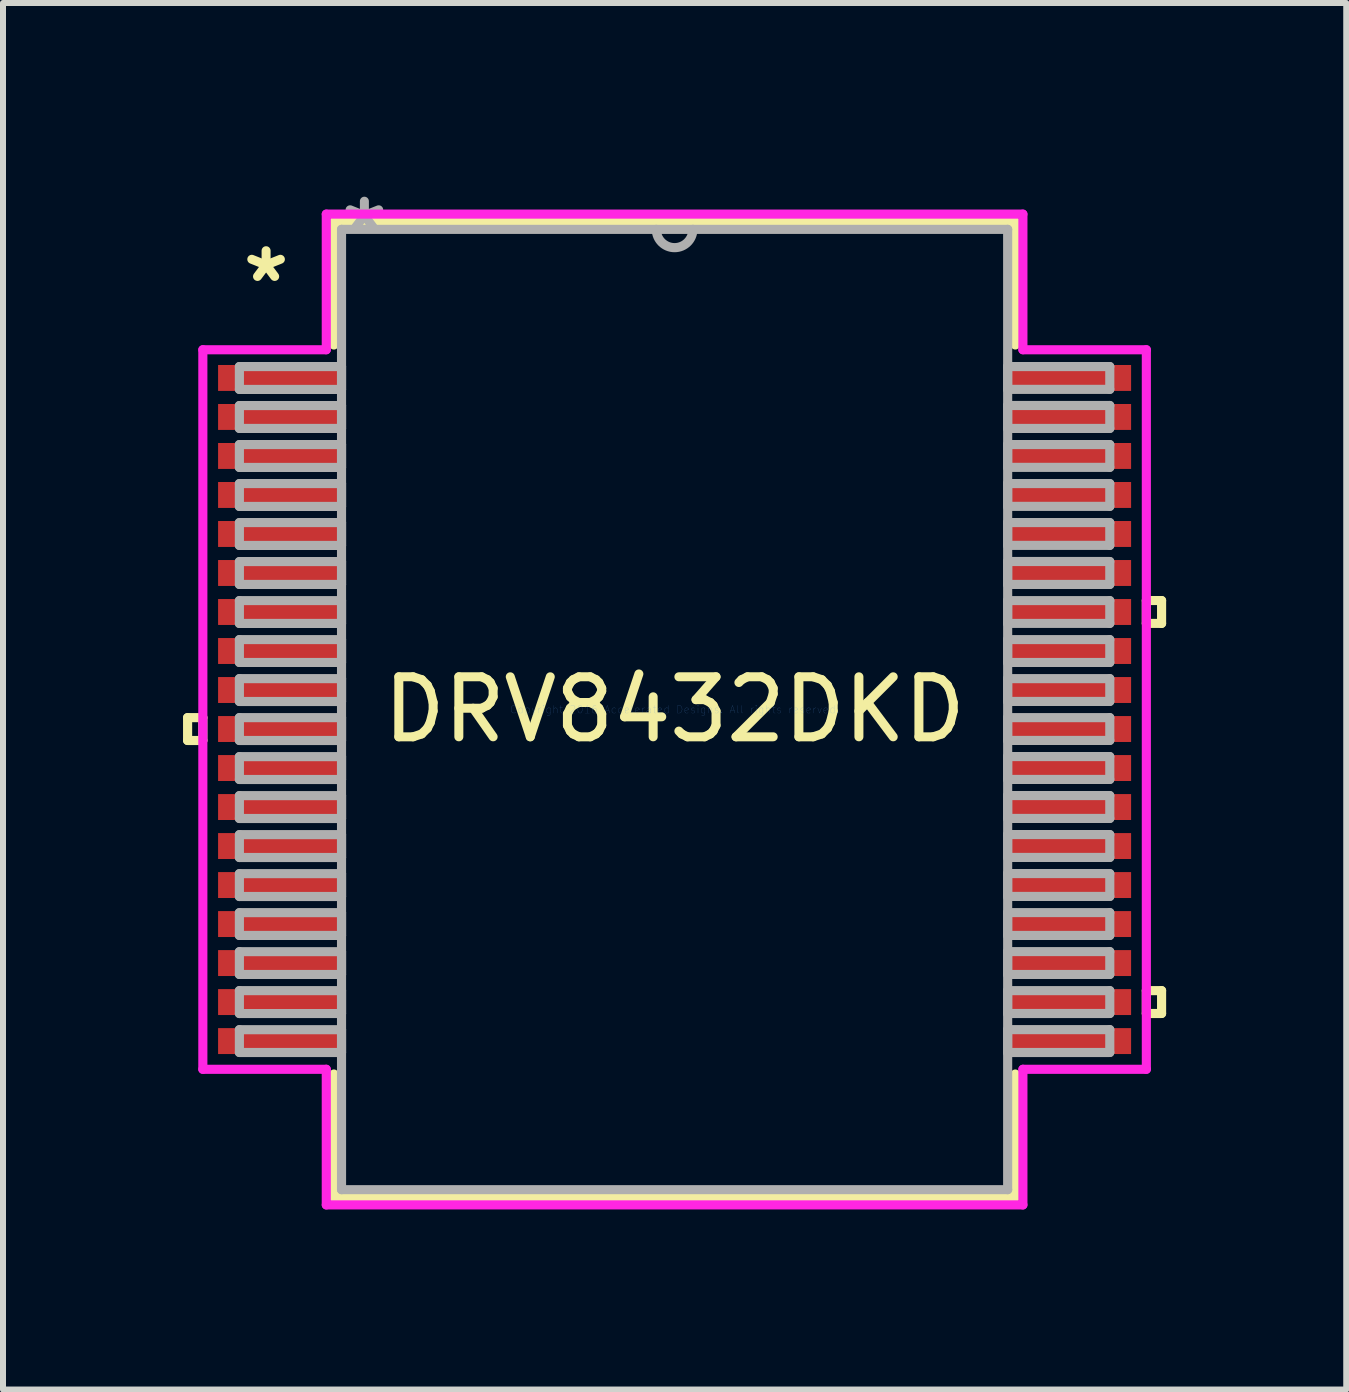
<source format=kicad_pcb>
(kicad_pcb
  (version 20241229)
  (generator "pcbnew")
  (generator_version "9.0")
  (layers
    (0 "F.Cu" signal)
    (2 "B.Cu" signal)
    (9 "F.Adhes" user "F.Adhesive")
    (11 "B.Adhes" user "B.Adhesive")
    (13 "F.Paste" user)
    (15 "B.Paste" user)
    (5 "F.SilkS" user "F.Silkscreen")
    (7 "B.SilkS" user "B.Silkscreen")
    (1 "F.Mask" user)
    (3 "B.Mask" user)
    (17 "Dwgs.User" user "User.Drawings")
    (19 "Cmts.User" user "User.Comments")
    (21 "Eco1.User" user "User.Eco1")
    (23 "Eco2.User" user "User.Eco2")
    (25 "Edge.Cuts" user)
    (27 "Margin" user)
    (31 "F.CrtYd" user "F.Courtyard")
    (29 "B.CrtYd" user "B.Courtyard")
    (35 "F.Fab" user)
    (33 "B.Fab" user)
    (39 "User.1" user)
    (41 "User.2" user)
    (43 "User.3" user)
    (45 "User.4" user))
  (footprint "DRV8432DKD"
    (layer "F.Cu")
    (at 8.191 8.773)
    (property "Reference" "DRV8432DKD" (at 0 0 0) (layer "F.SilkS") (effects (font (size 1 1) (thickness 0.15))))
    (attr through_hole)
    (fp_line (start -8.115 0.135) (end -8.115 0.516) (stroke (width 0.152) (type solid)) (layer "F.SilkS"))
    (fp_line (start -8.115 0.516) (end -7.861 0.516) (stroke (width 0.152) (type solid)) (layer "F.SilkS"))
    (fp_line (start -7.861 0.135) (end -8.115 0.135) (stroke (width 0.152) (type solid)) (layer "F.SilkS"))
    (fp_line (start -7.861 0.516) (end -7.861 0.135) (stroke (width 0.152) (type solid)) (layer "F.SilkS"))
    (fp_line (start -5.677 -8.128) (end -5.677 -6.074) (stroke (width 0.152) (type solid)) (layer "F.SilkS"))
    (fp_line (start -5.677 6.074) (end -5.677 8.128) (stroke (width 0.152) (type solid)) (layer "F.SilkS"))
    (fp_line (start -5.677 8.128) (end 5.677 8.128) (stroke (width 0.152) (type solid)) (layer "F.SilkS"))
    (fp_line (start 5.677 -8.128) (end -5.677 -8.128) (stroke (width 0.152) (type solid)) (layer "F.SilkS"))
    (fp_line (start 5.677 -6.074) (end 5.677 -8.128) (stroke (width 0.152) (type solid)) (layer "F.SilkS"))
    (fp_line (start 5.677 8.128) (end 5.677 6.074) (stroke (width 0.152) (type solid)) (layer "F.SilkS"))
    (fp_line (start 7.861 -1.816) (end 8.115 -1.816) (stroke (width 0.152) (type solid)) (layer "F.SilkS"))
    (fp_line (start 7.861 -1.435) (end 7.861 -1.816) (stroke (width 0.152) (type solid)) (layer "F.SilkS"))
    (fp_line (start 7.861 4.684) (end 8.115 4.684) (stroke (width 0.152) (type solid)) (layer "F.SilkS"))
    (fp_line (start 7.861 5.065) (end 7.861 4.684) (stroke (width 0.152) (type solid)) (layer "F.SilkS"))
    (fp_line (start 8.115 -1.816) (end 8.115 -1.435) (stroke (width 0.152) (type solid)) (layer "F.SilkS"))
    (fp_line (start 8.115 -1.435) (end 7.861 -1.435) (stroke (width 0.152) (type solid)) (layer "F.SilkS"))
    (fp_line (start 8.115 4.684) (end 8.115 5.065) (stroke (width 0.152) (type solid)) (layer "F.SilkS"))
    (fp_line (start 8.115 5.065) (end 7.861 5.065) (stroke (width 0.152) (type solid)) (layer "F.SilkS"))
    (fp_line (start -7.861 -5.995) (end -5.804 -5.995) (stroke (width 0.152) (type solid)) (layer "F.CrtYd"))
    (fp_line (start -7.861 5.995) (end -7.861 -5.995) (stroke (width 0.152) (type solid)) (layer "F.CrtYd"))
    (fp_line (start -5.804 -8.255) (end 5.804 -8.255) (stroke (width 0.152) (type solid)) (layer "F.CrtYd"))
    (fp_line (start -5.804 -5.995) (end -5.804 -8.255) (stroke (width 0.152) (type solid)) (layer "F.CrtYd"))
    (fp_line (start -5.804 5.995) (end -7.861 5.995) (stroke (width 0.152) (type solid)) (layer "F.CrtYd"))
    (fp_line (start -5.804 8.255) (end -5.804 5.995) (stroke (width 0.152) (type solid)) (layer "F.CrtYd"))
    (fp_line (start 5.804 -8.255) (end 5.804 -5.995) (stroke (width 0.152) (type solid)) (layer "F.CrtYd"))
    (fp_line (start 5.804 -5.995) (end 7.861 -5.995) (stroke (width 0.152) (type solid)) (layer "F.CrtYd"))
    (fp_line (start 5.804 5.995) (end 5.804 8.255) (stroke (width 0.152) (type solid)) (layer "F.CrtYd"))
    (fp_line (start 5.804 8.255) (end -5.804 8.255) (stroke (width 0.152) (type solid)) (layer "F.CrtYd"))
    (fp_line (start 7.861 -5.995) (end 7.861 5.995) (stroke (width 0.152) (type solid)) (layer "F.CrtYd"))
    (fp_line (start 7.861 5.995) (end 5.804 5.995) (stroke (width 0.152) (type solid)) (layer "F.CrtYd"))
    (fp_line (start -7.252 -5.715) (end -7.252 -5.334) (stroke (width 0.152) (type solid)) (layer "F.Fab"))
    (fp_line (start -7.252 -5.334) (end -5.55 -5.334) (stroke (width 0.152) (type solid)) (layer "F.Fab"))
    (fp_line (start -7.252 -5.065) (end -7.252 -4.684) (stroke (width 0.152) (type solid)) (layer "F.Fab"))
    (fp_line (start -7.252 -4.684) (end -5.55 -4.684) (stroke (width 0.152) (type solid)) (layer "F.Fab"))
    (fp_line (start -7.252 -4.415) (end -7.252 -4.034) (stroke (width 0.152) (type solid)) (layer "F.Fab"))
    (fp_line (start -7.252 -4.034) (end -5.55 -4.034) (stroke (width 0.152) (type solid)) (layer "F.Fab"))
    (fp_line (start -7.252 -3.765) (end -7.252 -3.384) (stroke (width 0.152) (type solid)) (layer "F.Fab"))
    (fp_line (start -7.252 -3.384) (end -5.55 -3.384) (stroke (width 0.152) (type solid)) (layer "F.Fab"))
    (fp_line (start -7.252 -3.115) (end -7.252 -2.734) (stroke (width 0.152) (type solid)) (layer "F.Fab"))
    (fp_line (start -7.252 -2.734) (end -5.55 -2.734) (stroke (width 0.152) (type solid)) (layer "F.Fab"))
    (fp_line (start -7.252 -2.465) (end -7.252 -2.084) (stroke (width 0.152) (type solid)) (layer "F.Fab"))
    (fp_line (start -7.252 -2.084) (end -5.55 -2.084) (stroke (width 0.152) (type solid)) (layer "F.Fab"))
    (fp_line (start -7.252 -1.815) (end -7.252 -1.434) (stroke (width 0.152) (type solid)) (layer "F.Fab"))
    (fp_line (start -7.252 -1.434) (end -5.55 -1.434) (stroke (width 0.152) (type solid)) (layer "F.Fab"))
    (fp_line (start -7.252 -1.165) (end -7.252 -0.784) (stroke (width 0.152) (type solid)) (layer "F.Fab"))
    (fp_line (start -7.252 -0.784) (end -5.55 -0.784) (stroke (width 0.152) (type solid)) (layer "F.Fab"))
    (fp_line (start -7.252 -0.515) (end -7.252 -0.134) (stroke (width 0.152) (type solid)) (layer "F.Fab"))
    (fp_line (start -7.252 -0.134) (end -5.55 -0.134) (stroke (width 0.152) (type solid)) (layer "F.Fab"))
    (fp_line (start -7.252 0.135) (end -7.252 0.516) (stroke (width 0.152) (type solid)) (layer "F.Fab"))
    (fp_line (start -7.252 0.516) (end -5.55 0.516) (stroke (width 0.152) (type solid)) (layer "F.Fab"))
    (fp_line (start -7.252 0.785) (end -7.252 1.166) (stroke (width 0.152) (type solid)) (layer "F.Fab"))
    (fp_line (start -7.252 1.166) (end -5.55 1.166) (stroke (width 0.152) (type solid)) (layer "F.Fab"))
    (fp_line (start -7.252 1.435) (end -7.252 1.816) (stroke (width 0.152) (type solid)) (layer "F.Fab"))
    (fp_line (start -7.252 1.816) (end -5.55 1.816) (stroke (width 0.152) (type solid)) (layer "F.Fab"))
    (fp_line (start -7.252 2.085) (end -7.252 2.466) (stroke (width 0.152) (type solid)) (layer "F.Fab"))
    (fp_line (start -7.252 2.466) (end -5.55 2.466) (stroke (width 0.152) (type solid)) (layer "F.Fab"))
    (fp_line (start -7.252 2.735) (end -7.252 3.116) (stroke (width 0.152) (type solid)) (layer "F.Fab"))
    (fp_line (start -7.252 3.116) (end -5.55 3.116) (stroke (width 0.152) (type solid)) (layer "F.Fab"))
    (fp_line (start -7.252 3.385) (end -7.252 3.765) (stroke (width 0.152) (type solid)) (layer "F.Fab"))
    (fp_line (start -7.252 3.765) (end -5.55 3.765) (stroke (width 0.152) (type solid)) (layer "F.Fab"))
    (fp_line (start -7.252 4.035) (end -7.252 4.415) (stroke (width 0.152) (type solid)) (layer "F.Fab"))
    (fp_line (start -7.252 4.415) (end -5.55 4.415) (stroke (width 0.152) (type solid)) (layer "F.Fab"))
    (fp_line (start -7.252 4.684) (end -7.252 5.066) (stroke (width 0.152) (type solid)) (layer "F.Fab"))
    (fp_line (start -7.252 5.066) (end -5.55 5.066) (stroke (width 0.152) (type solid)) (layer "F.Fab"))
    (fp_line (start -7.252 5.335) (end -7.252 5.715) (stroke (width 0.152) (type solid)) (layer "F.Fab"))
    (fp_line (start -7.252 5.715) (end -5.55 5.715) (stroke (width 0.152) (type solid)) (layer "F.Fab"))
    (fp_line (start -5.55 -8.001) (end -5.55 8.001) (stroke (width 0.152) (type solid)) (layer "F.Fab"))
    (fp_line (start -5.55 -5.715) (end -7.252 -5.715) (stroke (width 0.152) (type solid)) (layer "F.Fab"))
    (fp_line (start -5.55 -5.334) (end -5.55 -5.715) (stroke (width 0.152) (type solid)) (layer "F.Fab"))
    (fp_line (start -5.55 -5.065) (end -7.252 -5.065) (stroke (width 0.152) (type solid)) (layer "F.Fab"))
    (fp_line (start -5.55 -4.684) (end -5.55 -5.065) (stroke (width 0.152) (type solid)) (layer "F.Fab"))
    (fp_line (start -5.55 -4.415) (end -7.252 -4.415) (stroke (width 0.152) (type solid)) (layer "F.Fab"))
    (fp_line (start -5.55 -4.034) (end -5.55 -4.415) (stroke (width 0.152) (type solid)) (layer "F.Fab"))
    (fp_line (start -5.55 -3.765) (end -7.252 -3.765) (stroke (width 0.152) (type solid)) (layer "F.Fab"))
    (fp_line (start -5.55 -3.384) (end -5.55 -3.765) (stroke (width 0.152) (type solid)) (layer "F.Fab"))
    (fp_line (start -5.55 -3.115) (end -7.252 -3.115) (stroke (width 0.152) (type solid)) (layer "F.Fab"))
    (fp_line (start -5.55 -2.734) (end -5.55 -3.115) (stroke (width 0.152) (type solid)) (layer "F.Fab"))
    (fp_line (start -5.55 -2.465) (end -7.252 -2.465) (stroke (width 0.152) (type solid)) (layer "F.Fab"))
    (fp_line (start -5.55 -2.084) (end -5.55 -2.465) (stroke (width 0.152) (type solid)) (layer "F.Fab"))
    (fp_line (start -5.55 -1.815) (end -7.252 -1.815) (stroke (width 0.152) (type solid)) (layer "F.Fab"))
    (fp_line (start -5.55 -1.434) (end -5.55 -1.815) (stroke (width 0.152) (type solid)) (layer "F.Fab"))
    (fp_line (start -5.55 -1.165) (end -7.252 -1.165) (stroke (width 0.152) (type solid)) (layer "F.Fab"))
    (fp_line (start -5.55 -0.784) (end -5.55 -1.165) (stroke (width 0.152) (type solid)) (layer "F.Fab"))
    (fp_line (start -5.55 -0.515) (end -7.252 -0.515) (stroke (width 0.152) (type solid)) (layer "F.Fab"))
    (fp_line (start -5.55 -0.134) (end -5.55 -0.515) (stroke (width 0.152) (type solid)) (layer "F.Fab"))
    (fp_line (start -5.55 0.135) (end -7.252 0.135) (stroke (width 0.152) (type solid)) (layer "F.Fab"))
    (fp_line (start -5.55 0.516) (end -5.55 0.135) (stroke (width 0.152) (type solid)) (layer "F.Fab"))
    (fp_line (start -5.55 0.785) (end -7.252 0.785) (stroke (width 0.152) (type solid)) (layer "F.Fab"))
    (fp_line (start -5.55 1.166) (end -5.55 0.785) (stroke (width 0.152) (type solid)) (layer "F.Fab"))
    (fp_line (start -5.55 1.435) (end -7.252 1.435) (stroke (width 0.152) (type solid)) (layer "F.Fab"))
    (fp_line (start -5.55 1.816) (end -5.55 1.435) (stroke (width 0.152) (type solid)) (layer "F.Fab"))
    (fp_line (start -5.55 2.085) (end -7.252 2.085) (stroke (width 0.152) (type solid)) (layer "F.Fab"))
    (fp_line (start -5.55 2.466) (end -5.55 2.085) (stroke (width 0.152) (type solid)) (layer "F.Fab"))
    (fp_line (start -5.55 2.735) (end -7.252 2.735) (stroke (width 0.152) (type solid)) (layer "F.Fab"))
    (fp_line (start -5.55 3.116) (end -5.55 2.735) (stroke (width 0.152) (type solid)) (layer "F.Fab"))
    (fp_line (start -5.55 3.385) (end -7.252 3.385) (stroke (width 0.152) (type solid)) (layer "F.Fab"))
    (fp_line (start -5.55 3.765) (end -5.55 3.385) (stroke (width 0.152) (type solid)) (layer "F.Fab"))
    (fp_line (start -5.55 4.035) (end -7.252 4.035) (stroke (width 0.152) (type solid)) (layer "F.Fab"))
    (fp_line (start -5.55 4.415) (end -5.55 4.035) (stroke (width 0.152) (type solid)) (layer "F.Fab"))
    (fp_line (start -5.55 4.684) (end -7.252 4.684) (stroke (width 0.152) (type solid)) (layer "F.Fab"))
    (fp_line (start -5.55 5.066) (end -5.55 4.684) (stroke (width 0.152) (type solid)) (layer "F.Fab"))
    (fp_line (start -5.55 5.335) (end -7.252 5.335) (stroke (width 0.152) (type solid)) (layer "F.Fab"))
    (fp_line (start -5.55 5.715) (end -5.55 5.335) (stroke (width 0.152) (type solid)) (layer "F.Fab"))
    (fp_line (start -5.55 8.001) (end 5.55 8.001) (stroke (width 0.152) (type solid)) (layer "F.Fab"))
    (fp_line (start 5.55 -8.001) (end -5.55 -8.001) (stroke (width 0.152) (type solid)) (layer "F.Fab"))
    (fp_line (start 5.55 -5.715) (end 5.55 -5.335) (stroke (width 0.152) (type solid)) (layer "F.Fab"))
    (fp_line (start 5.55 -5.335) (end 7.252 -5.335) (stroke (width 0.152) (type solid)) (layer "F.Fab"))
    (fp_line (start 5.55 -5.066) (end 5.55 -4.684) (stroke (width 0.152) (type solid)) (layer "F.Fab"))
    (fp_line (start 5.55 -4.684) (end 7.252 -4.684) (stroke (width 0.152) (type solid)) (layer "F.Fab"))
    (fp_line (start 5.55 -4.415) (end 5.55 -4.035) (stroke (width 0.152) (type solid)) (layer "F.Fab"))
    (fp_line (start 5.55 -4.035) (end 7.252 -4.035) (stroke (width 0.152) (type solid)) (layer "F.Fab"))
    (fp_line (start 5.55 -3.765) (end 5.55 -3.385) (stroke (width 0.152) (type solid)) (layer "F.Fab"))
    (fp_line (start 5.55 -3.385) (end 7.252 -3.385) (stroke (width 0.152) (type solid)) (layer "F.Fab"))
    (fp_line (start 5.55 -3.115) (end 5.55 -2.735) (stroke (width 0.152) (type solid)) (layer "F.Fab"))
    (fp_line (start 5.55 -2.735) (end 7.252 -2.735) (stroke (width 0.152) (type solid)) (layer "F.Fab"))
    (fp_line (start 5.55 -2.466) (end 5.55 -2.084) (stroke (width 0.152) (type solid)) (layer "F.Fab"))
    (fp_line (start 5.55 -2.084) (end 7.252 -2.084) (stroke (width 0.152) (type solid)) (layer "F.Fab"))
    (fp_line (start 5.55 -1.815) (end 5.55 -1.435) (stroke (width 0.152) (type solid)) (layer "F.Fab"))
    (fp_line (start 5.55 -1.435) (end 7.252 -1.435) (stroke (width 0.152) (type solid)) (layer "F.Fab"))
    (fp_line (start 5.55 -1.165) (end 5.55 -0.784) (stroke (width 0.152) (type solid)) (layer "F.Fab"))
    (fp_line (start 5.55 -0.784) (end 7.252 -0.784) (stroke (width 0.152) (type solid)) (layer "F.Fab"))
    (fp_line (start 5.55 -0.515) (end 5.55 -0.135) (stroke (width 0.152) (type solid)) (layer "F.Fab"))
    (fp_line (start 5.55 -0.135) (end 7.252 -0.135) (stroke (width 0.152) (type solid)) (layer "F.Fab"))
    (fp_line (start 5.55 0.135) (end 5.55 0.515) (stroke (width 0.152) (type solid)) (layer "F.Fab"))
    (fp_line (start 5.55 0.515) (end 7.252 0.515) (stroke (width 0.152) (type solid)) (layer "F.Fab"))
    (fp_line (start 5.55 0.784) (end 5.55 1.165) (stroke (width 0.152) (type solid)) (layer "F.Fab"))
    (fp_line (start 5.55 1.165) (end 7.252 1.165) (stroke (width 0.152) (type solid)) (layer "F.Fab"))
    (fp_line (start 5.55 1.434) (end 5.55 1.815) (stroke (width 0.152) (type solid)) (layer "F.Fab"))
    (fp_line (start 5.55 1.815) (end 7.252 1.815) (stroke (width 0.152) (type solid)) (layer "F.Fab"))
    (fp_line (start 5.55 2.084) (end 5.55 2.465) (stroke (width 0.152) (type solid)) (layer "F.Fab"))
    (fp_line (start 5.55 2.465) (end 7.252 2.465) (stroke (width 0.152) (type solid)) (layer "F.Fab"))
    (fp_line (start 5.55 2.734) (end 5.55 3.115) (stroke (width 0.152) (type solid)) (layer "F.Fab"))
    (fp_line (start 5.55 3.115) (end 7.252 3.115) (stroke (width 0.152) (type solid)) (layer "F.Fab"))
    (fp_line (start 5.55 3.384) (end 5.55 3.765) (stroke (width 0.152) (type solid)) (layer "F.Fab"))
    (fp_line (start 5.55 3.765) (end 7.252 3.765) (stroke (width 0.152) (type solid)) (layer "F.Fab"))
    (fp_line (start 5.55 4.034) (end 5.55 4.415) (stroke (width 0.152) (type solid)) (layer "F.Fab"))
    (fp_line (start 5.55 4.415) (end 7.252 4.415) (stroke (width 0.152) (type solid)) (layer "F.Fab"))
    (fp_line (start 5.55 4.684) (end 5.55 5.065) (stroke (width 0.152) (type solid)) (layer "F.Fab"))
    (fp_line (start 5.55 5.065) (end 7.252 5.065) (stroke (width 0.152) (type solid)) (layer "F.Fab"))
    (fp_line (start 5.55 5.334) (end 5.55 5.715) (stroke (width 0.152) (type solid)) (layer "F.Fab"))
    (fp_line (start 5.55 5.715) (end 7.252 5.715) (stroke (width 0.152) (type solid)) (layer "F.Fab"))
    (fp_line (start 5.55 8.001) (end 5.55 -8.001) (stroke (width 0.152) (type solid)) (layer "F.Fab"))
    (fp_line (start 7.252 -5.715) (end 5.55 -5.715) (stroke (width 0.152) (type solid)) (layer "F.Fab"))
    (fp_line (start 7.252 -5.335) (end 7.252 -5.715) (stroke (width 0.152) (type solid)) (layer "F.Fab"))
    (fp_line (start 7.252 -5.066) (end 5.55 -5.066) (stroke (width 0.152) (type solid)) (layer "F.Fab"))
    (fp_line (start 7.252 -4.684) (end 7.252 -5.066) (stroke (width 0.152) (type solid)) (layer "F.Fab"))
    (fp_line (start 7.252 -4.415) (end 5.55 -4.415) (stroke (width 0.152) (type solid)) (layer "F.Fab"))
    (fp_line (start 7.252 -4.035) (end 7.252 -4.415) (stroke (width 0.152) (type solid)) (layer "F.Fab"))
    (fp_line (start 7.252 -3.765) (end 5.55 -3.765) (stroke (width 0.152) (type solid)) (layer "F.Fab"))
    (fp_line (start 7.252 -3.385) (end 7.252 -3.765) (stroke (width 0.152) (type solid)) (layer "F.Fab"))
    (fp_line (start 7.252 -3.115) (end 5.55 -3.115) (stroke (width 0.152) (type solid)) (layer "F.Fab"))
    (fp_line (start 7.252 -2.735) (end 7.252 -3.115) (stroke (width 0.152) (type solid)) (layer "F.Fab"))
    (fp_line (start 7.252 -2.466) (end 5.55 -2.466) (stroke (width 0.152) (type solid)) (layer "F.Fab"))
    (fp_line (start 7.252 -2.084) (end 7.252 -2.466) (stroke (width 0.152) (type solid)) (layer "F.Fab"))
    (fp_line (start 7.252 -1.815) (end 5.55 -1.815) (stroke (width 0.152) (type solid)) (layer "F.Fab"))
    (fp_line (start 7.252 -1.435) (end 7.252 -1.815) (stroke (width 0.152) (type solid)) (layer "F.Fab"))
    (fp_line (start 7.252 -1.165) (end 5.55 -1.165) (stroke (width 0.152) (type solid)) (layer "F.Fab"))
    (fp_line (start 7.252 -0.784) (end 7.252 -1.165) (stroke (width 0.152) (type solid)) (layer "F.Fab"))
    (fp_line (start 7.252 -0.515) (end 5.55 -0.515) (stroke (width 0.152) (type solid)) (layer "F.Fab"))
    (fp_line (start 7.252 -0.135) (end 7.252 -0.515) (stroke (width 0.152) (type solid)) (layer "F.Fab"))
    (fp_line (start 7.252 0.135) (end 5.55 0.135) (stroke (width 0.152) (type solid)) (layer "F.Fab"))
    (fp_line (start 7.252 0.515) (end 7.252 0.135) (stroke (width 0.152) (type solid)) (layer "F.Fab"))
    (fp_line (start 7.252 0.784) (end 5.55 0.784) (stroke (width 0.152) (type solid)) (layer "F.Fab"))
    (fp_line (start 7.252 1.165) (end 7.252 0.784) (stroke (width 0.152) (type solid)) (layer "F.Fab"))
    (fp_line (start 7.252 1.434) (end 5.55 1.434) (stroke (width 0.152) (type solid)) (layer "F.Fab"))
    (fp_line (start 7.252 1.815) (end 7.252 1.434) (stroke (width 0.152) (type solid)) (layer "F.Fab"))
    (fp_line (start 7.252 2.084) (end 5.55 2.084) (stroke (width 0.152) (type solid)) (layer "F.Fab"))
    (fp_line (start 7.252 2.465) (end 7.252 2.084) (stroke (width 0.152) (type solid)) (layer "F.Fab"))
    (fp_line (start 7.252 2.734) (end 5.55 2.734) (stroke (width 0.152) (type solid)) (layer "F.Fab"))
    (fp_line (start 7.252 3.115) (end 7.252 2.734) (stroke (width 0.152) (type solid)) (layer "F.Fab"))
    (fp_line (start 7.252 3.384) (end 5.55 3.384) (stroke (width 0.152) (type solid)) (layer "F.Fab"))
    (fp_line (start 7.252 3.765) (end 7.252 3.384) (stroke (width 0.152) (type solid)) (layer "F.Fab"))
    (fp_line (start 7.252 4.034) (end 5.55 4.034) (stroke (width 0.152) (type solid)) (layer "F.Fab"))
    (fp_line (start 7.252 4.415) (end 7.252 4.034) (stroke (width 0.152) (type solid)) (layer "F.Fab"))
    (fp_line (start 7.252 4.684) (end 5.55 4.684) (stroke (width 0.152) (type solid)) (layer "F.Fab"))
    (fp_line (start 7.252 5.065) (end 7.252 4.684) (stroke (width 0.152) (type solid)) (layer "F.Fab"))
    (fp_line (start 7.252 5.334) (end 5.55 5.334) (stroke (width 0.152) (type solid)) (layer "F.Fab"))
    (fp_line (start 7.252 5.715) (end 7.252 5.334) (stroke (width 0.152) (type solid)) (layer "F.Fab"))
    (fp_arc (start 0.3048 -8.001) (mid 0 -7.6962) (end -0.3048 -8.001) (stroke (width 0.1524) (type solid)) (layer "F.Fab"))
    (fp_text user "*" (at -6.807 -7.1 0) (layer "F.SilkS") (effects (font (size 1 1) (thickness 0.15))))
    (fp_text user "Copyright 2016 Accelerated Designs. All rights reserved." (at 0 0 0) (layer "Cmts.User") (effects (font (size 0.127 0.127) (thickness 0.002))))
    (fp_text user "*" (at -5.169 -7.925 0) (layer "F.Fab") (effects (font (size 1 1) (thickness 0.15))))
    (pad "1" smd rect (at -6.553 -5.525) (size 2.108 0.432) (layers "F.Cu" "F.Mask" "F.Paste"))
    (pad "2" smd rect (at -6.553 -4.875) (size 2.108 0.432) (layers "F.Cu" "F.Mask" "F.Paste"))
    (pad "3" smd rect (at -6.553 -4.225) (size 2.108 0.432) (layers "F.Cu" "F.Mask" "F.Paste"))
    (pad "4" smd rect (at -6.553 -3.575) (size 2.108 0.432) (layers "F.Cu" "F.Mask" "F.Paste"))
    (pad "5" smd rect (at -6.553 -2.925) (size 2.108 0.432) (layers "F.Cu" "F.Mask" "F.Paste"))
    (pad "6" smd rect (at -6.553 -2.275) (size 2.108 0.432) (layers "F.Cu" "F.Mask" "F.Paste"))
    (pad "7" smd rect (at -6.553 -1.625) (size 2.108 0.432) (layers "F.Cu" "F.Mask" "F.Paste"))
    (pad "8" smd rect (at -6.553 -0.975) (size 2.108 0.432) (layers "F.Cu" "F.Mask" "F.Paste"))
    (pad "9" smd rect (at -6.553 -0.325) (size 2.108 0.432) (layers "F.Cu" "F.Mask" "F.Paste"))
    (pad "10" smd rect (at -6.553 0.325) (size 2.108 0.432) (layers "F.Cu" "F.Mask" "F.Paste"))
    (pad "11" smd rect (at -6.553 0.975) (size 2.108 0.432) (layers "F.Cu" "F.Mask" "F.Paste"))
    (pad "12" smd rect (at -6.553 1.625) (size 2.108 0.432) (layers "F.Cu" "F.Mask" "F.Paste"))
    (pad "13" smd rect (at -6.553 2.275) (size 2.108 0.432) (layers "F.Cu" "F.Mask" "F.Paste"))
    (pad "14" smd rect (at -6.553 2.925) (size 2.108 0.432) (layers "F.Cu" "F.Mask" "F.Paste"))
    (pad "15" smd rect (at -6.553 3.575) (size 2.108 0.432) (layers "F.Cu" "F.Mask" "F.Paste"))
    (pad "16" smd rect (at -6.553 4.225) (size 2.108 0.432) (layers "F.Cu" "F.Mask" "F.Paste"))
    (pad "17" smd rect (at -6.553 4.875) (size 2.108 0.432) (layers "F.Cu" "F.Mask" "F.Paste"))
    (pad "18" smd rect (at -6.553 5.525) (size 2.108 0.432) (layers "F.Cu" "F.Mask" "F.Paste"))
    (pad "19" smd rect (at 6.553 5.525) (size 2.108 0.432) (layers "F.Cu" "F.Mask" "F.Paste"))
    (pad "20" smd rect (at 6.553 4.875) (size 2.108 0.432) (layers "F.Cu" "F.Mask" "F.Paste"))
    (pad "21" smd rect (at 6.553 4.225) (size 2.108 0.432) (layers "F.Cu" "F.Mask" "F.Paste"))
    (pad "22" smd rect (at 6.553 3.575) (size 2.108 0.432) (layers "F.Cu" "F.Mask" "F.Paste"))
    (pad "23" smd rect (at 6.553 2.925) (size 2.108 0.432) (layers "F.Cu" "F.Mask" "F.Paste"))
    (pad "24" smd rect (at 6.553 2.275) (size 2.108 0.432) (layers "F.Cu" "F.Mask" "F.Paste"))
    (pad "25" smd rect (at 6.553 1.625) (size 2.108 0.432) (layers "F.Cu" "F.Mask" "F.Paste"))
    (pad "26" smd rect (at 6.553 0.975) (size 2.108 0.432) (layers "F.Cu" "F.Mask" "F.Paste"))
    (pad "27" smd rect (at 6.553 0.325) (size 2.108 0.432) (layers "F.Cu" "F.Mask" "F.Paste"))
    (pad "28" smd rect (at 6.553 -0.325) (size 2.108 0.432) (layers "F.Cu" "F.Mask" "F.Paste"))
    (pad "29" smd rect (at 6.553 -0.975) (size 2.108 0.432) (layers "F.Cu" "F.Mask" "F.Paste"))
    (pad "30" smd rect (at 6.553 -1.625) (size 2.108 0.432) (layers "F.Cu" "F.Mask" "F.Paste"))
    (pad "31" smd rect (at 6.553 -2.275) (size 2.108 0.432) (layers "F.Cu" "F.Mask" "F.Paste"))
    (pad "32" smd rect (at 6.553 -2.925) (size 2.108 0.432) (layers "F.Cu" "F.Mask" "F.Paste"))
    (pad "33" smd rect (at 6.553 -3.575) (size 2.108 0.432) (layers "F.Cu" "F.Mask" "F.Paste"))
    (pad "34" smd rect (at 6.553 -4.225) (size 2.108 0.432) (layers "F.Cu" "F.Mask" "F.Paste"))
    (pad "35" smd rect (at 6.553 -4.875) (size 2.108 0.432) (layers "F.Cu" "F.Mask" "F.Paste"))
    (pad "36" smd rect (at 6.553 -5.525) (size 2.108 0.432) (layers "F.Cu" "F.Mask" "F.Paste")))
  (gr_rect
    (start -3 -3)
    (end 19.383 20.104)
    (stroke (width 0.1) (type default))
    (fill no)
    (layer "Edge.Cuts")))
</source>
